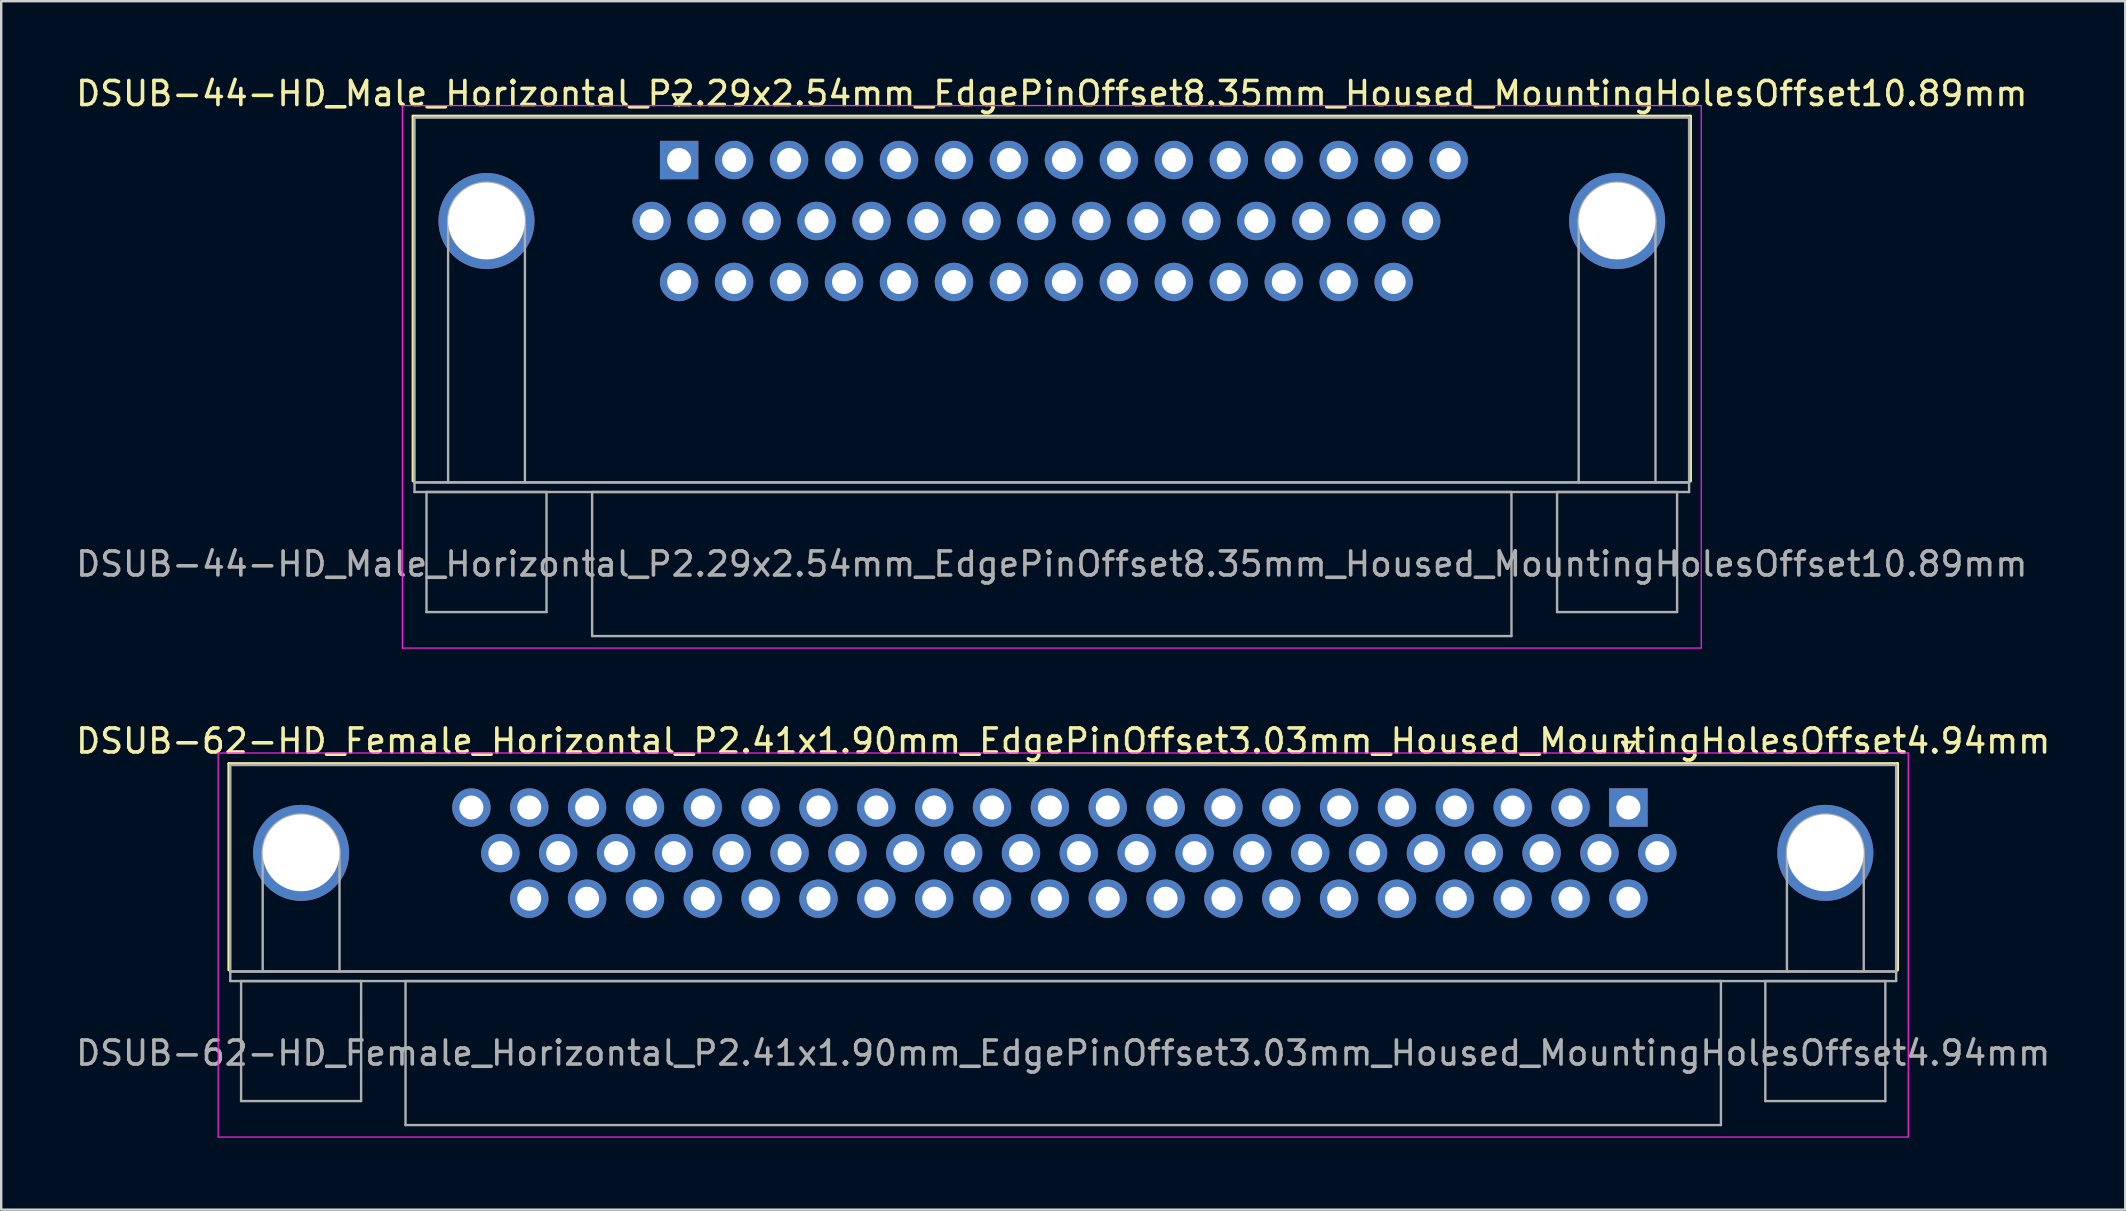
<source format=kicad_pcb>
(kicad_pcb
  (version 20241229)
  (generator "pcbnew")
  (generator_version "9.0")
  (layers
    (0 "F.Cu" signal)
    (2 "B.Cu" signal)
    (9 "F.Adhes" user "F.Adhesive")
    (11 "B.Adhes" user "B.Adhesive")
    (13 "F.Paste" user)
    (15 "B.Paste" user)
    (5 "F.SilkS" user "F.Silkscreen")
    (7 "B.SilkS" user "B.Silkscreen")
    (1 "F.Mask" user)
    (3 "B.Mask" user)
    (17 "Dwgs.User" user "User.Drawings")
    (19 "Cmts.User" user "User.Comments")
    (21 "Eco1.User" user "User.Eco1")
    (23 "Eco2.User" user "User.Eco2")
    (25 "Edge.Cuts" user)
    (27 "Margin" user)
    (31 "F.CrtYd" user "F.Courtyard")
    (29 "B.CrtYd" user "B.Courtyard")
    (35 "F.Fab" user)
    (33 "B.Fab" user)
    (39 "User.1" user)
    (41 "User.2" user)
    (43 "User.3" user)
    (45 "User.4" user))
  (footprint "DSUB-62-HD_Female_Horizontal_P2.41x1.90mm_EdgePinOffset3.03mm_Housed_MountingHolesOffset4.94mm"
    (layer "F.Cu")
    (at 64.789 30.591)
    (property "Reference" "DSUB-62-HD_Female_Horizontal_P2.41x1.90mm_EdgePinOffset3.03mm_Housed_MountingHolesOffset4.94mm" (at -23.545 -2.77 0) (layer "F.SilkS") (effects (font (size 1 1) (thickness 0.15))))
    (attr through_hole)
    (fp_line (start -58.305 -1.83) (end 11.215 -1.83) (stroke (width 0.12) (type solid)) (layer "F.SilkS"))
    (fp_line (start -58.305 6.77) (end -58.305 -1.83) (stroke (width 0.12) (type solid)) (layer "F.SilkS"))
    (fp_line (start -0.25 -2.724) (end 0.25 -2.724) (stroke (width 0.12) (type solid)) (layer "F.SilkS"))
    (fp_line (start 0 -2.291) (end -0.25 -2.724) (stroke (width 0.12) (type solid)) (layer "F.SilkS"))
    (fp_line (start 0.25 -2.724) (end 0 -2.291) (stroke (width 0.12) (type solid)) (layer "F.SilkS"))
    (fp_line (start 11.215 -1.83) (end 11.215 6.77) (stroke (width 0.12) (type solid)) (layer "F.SilkS"))
    (fp_line (start -58.75 -2.27) (end -58.75 13.73) (stroke (width 0.05) (type solid)) (layer "F.CrtYd"))
    (fp_line (start -58.75 13.73) (end 11.66 13.73) (stroke (width 0.05) (type solid)) (layer "F.CrtYd"))
    (fp_line (start 11.66 -2.27) (end -58.75 -2.27) (stroke (width 0.05) (type solid)) (layer "F.CrtYd"))
    (fp_line (start 11.66 13.73) (end 11.66 -2.27) (stroke (width 0.05) (type solid)) (layer "F.CrtYd"))
    (fp_line (start -58.245 -1.77) (end -58.245 6.83) (stroke (width 0.1) (type solid)) (layer "F.Fab"))
    (fp_line (start -58.245 6.83) (end -58.245 7.23) (stroke (width 0.1) (type solid)) (layer "F.Fab"))
    (fp_line (start -58.245 6.83) (end 11.155 6.83) (stroke (width 0.1) (type solid)) (layer "F.Fab"))
    (fp_line (start -58.245 7.23) (end 11.155 7.23) (stroke (width 0.1) (type solid)) (layer "F.Fab"))
    (fp_line (start -57.795 7.23) (end -57.795 12.23) (stroke (width 0.1) (type solid)) (layer "F.Fab"))
    (fp_line (start -57.795 12.23) (end -52.795 12.23) (stroke (width 0.1) (type solid)) (layer "F.Fab"))
    (fp_line (start -56.895 6.83) (end -56.895 1.89) (stroke (width 0.1) (type solid)) (layer "F.Fab"))
    (fp_line (start -53.695 6.83) (end -53.695 1.89) (stroke (width 0.1) (type solid)) (layer "F.Fab"))
    (fp_line (start -52.795 7.23) (end -57.795 7.23) (stroke (width 0.1) (type solid)) (layer "F.Fab"))
    (fp_line (start -52.795 12.23) (end -52.795 7.23) (stroke (width 0.1) (type solid)) (layer "F.Fab"))
    (fp_line (start -50.945 7.23) (end -50.945 13.23) (stroke (width 0.1) (type solid)) (layer "F.Fab"))
    (fp_line (start -50.945 13.23) (end 3.855 13.23) (stroke (width 0.1) (type solid)) (layer "F.Fab"))
    (fp_line (start 3.855 7.23) (end -50.945 7.23) (stroke (width 0.1) (type solid)) (layer "F.Fab"))
    (fp_line (start 3.855 13.23) (end 3.855 7.23) (stroke (width 0.1) (type solid)) (layer "F.Fab"))
    (fp_line (start 5.705 7.23) (end 5.705 12.23) (stroke (width 0.1) (type solid)) (layer "F.Fab"))
    (fp_line (start 5.705 12.23) (end 10.705 12.23) (stroke (width 0.1) (type solid)) (layer "F.Fab"))
    (fp_line (start 6.605 6.83) (end 6.605 1.89) (stroke (width 0.1) (type solid)) (layer "F.Fab"))
    (fp_line (start 9.805 6.83) (end 9.805 1.89) (stroke (width 0.1) (type solid)) (layer "F.Fab"))
    (fp_line (start 10.705 7.23) (end 5.705 7.23) (stroke (width 0.1) (type solid)) (layer "F.Fab"))
    (fp_line (start 10.705 12.23) (end 10.705 7.23) (stroke (width 0.1) (type solid)) (layer "F.Fab"))
    (fp_line (start 11.155 -1.77) (end -58.245 -1.77) (stroke (width 0.1) (type solid)) (layer "F.Fab"))
    (fp_line (start 11.155 6.83) (end -58.245 6.83) (stroke (width 0.1) (type solid)) (layer "F.Fab"))
    (fp_line (start 11.155 6.83) (end 11.155 -1.77) (stroke (width 0.1) (type solid)) (layer "F.Fab"))
    (fp_line (start 11.155 7.23) (end 11.155 6.83) (stroke (width 0.1) (type solid)) (layer "F.Fab"))
    (fp_arc (start -56.895 1.89) (mid -55.295 0.29) (end -53.695 1.89) (stroke (width 0.1) (type solid)) (layer "F.Fab"))
    (fp_arc (start 6.605 1.89) (mid 8.205 0.29) (end 9.805 1.89) (stroke (width 0.1) (type solid)) (layer "F.Fab"))
    (fp_text user "${REFERENCE}" (at -23.545 10.23 0) (layer "F.Fab") (effects (font (size 1 1) (thickness 0.15))))
    (pad "0" thru_hole circle (at -55.295 1.89) (size 4 4) (drill 3.2) (layers "*.Cu" "*.Mask"))
    (pad "0" thru_hole circle (at 8.205 1.89) (size 4 4) (drill 3.2) (layers "*.Cu" "*.Mask"))
    (pad "1" thru_hole rect (at 0 0) (size 1.6 1.6) (drill 1) (layers "*.Cu" "*.Mask"))
    (pad "2" thru_hole circle (at -2.41 0) (size 1.6 1.6) (drill 1) (layers "*.Cu" "*.Mask"))
    (pad "3" thru_hole circle (at -4.82 0) (size 1.6 1.6) (drill 1) (layers "*.Cu" "*.Mask"))
    (pad "4" thru_hole circle (at -7.23 0) (size 1.6 1.6) (drill 1) (layers "*.Cu" "*.Mask"))
    (pad "5" thru_hole circle (at -9.64 0) (size 1.6 1.6) (drill 1) (layers "*.Cu" "*.Mask"))
    (pad "6" thru_hole circle (at -12.05 0) (size 1.6 1.6) (drill 1) (layers "*.Cu" "*.Mask"))
    (pad "7" thru_hole circle (at -14.46 0) (size 1.6 1.6) (drill 1) (layers "*.Cu" "*.Mask"))
    (pad "8" thru_hole circle (at -16.87 0) (size 1.6 1.6) (drill 1) (layers "*.Cu" "*.Mask"))
    (pad "9" thru_hole circle (at -19.28 0) (size 1.6 1.6) (drill 1) (layers "*.Cu" "*.Mask"))
    (pad "10" thru_hole circle (at -21.69 0) (size 1.6 1.6) (drill 1) (layers "*.Cu" "*.Mask"))
    (pad "11" thru_hole circle (at -24.1 0) (size 1.6 1.6) (drill 1) (layers "*.Cu" "*.Mask"))
    (pad "12" thru_hole circle (at -26.51 0) (size 1.6 1.6) (drill 1) (layers "*.Cu" "*.Mask"))
    (pad "13" thru_hole circle (at -28.92 0) (size 1.6 1.6) (drill 1) (layers "*.Cu" "*.Mask"))
    (pad "14" thru_hole circle (at -31.33 0) (size 1.6 1.6) (drill 1) (layers "*.Cu" "*.Mask"))
    (pad "15" thru_hole circle (at -33.74 0) (size 1.6 1.6) (drill 1) (layers "*.Cu" "*.Mask"))
    (pad "16" thru_hole circle (at -36.15 0) (size 1.6 1.6) (drill 1) (layers "*.Cu" "*.Mask"))
    (pad "17" thru_hole circle (at -38.56 0) (size 1.6 1.6) (drill 1) (layers "*.Cu" "*.Mask"))
    (pad "18" thru_hole circle (at -40.97 0) (size 1.6 1.6) (drill 1) (layers "*.Cu" "*.Mask"))
    (pad "19" thru_hole circle (at -43.38 0) (size 1.6 1.6) (drill 1) (layers "*.Cu" "*.Mask"))
    (pad "20" thru_hole circle (at -45.79 0) (size 1.6 1.6) (drill 1) (layers "*.Cu" "*.Mask"))
    (pad "21" thru_hole circle (at -48.2 0) (size 1.6 1.6) (drill 1) (layers "*.Cu" "*.Mask"))
    (pad "22" thru_hole circle (at 1.205 1.9) (size 1.6 1.6) (drill 1) (layers "*.Cu" "*.Mask"))
    (pad "23" thru_hole circle (at -1.205 1.9) (size 1.6 1.6) (drill 1) (layers "*.Cu" "*.Mask"))
    (pad "24" thru_hole circle (at -3.615 1.9) (size 1.6 1.6) (drill 1) (layers "*.Cu" "*.Mask"))
    (pad "25" thru_hole circle (at -6.025 1.9) (size 1.6 1.6) (drill 1) (layers "*.Cu" "*.Mask"))
    (pad "26" thru_hole circle (at -8.435 1.9) (size 1.6 1.6) (drill 1) (layers "*.Cu" "*.Mask"))
    (pad "27" thru_hole circle (at -10.845 1.9) (size 1.6 1.6) (drill 1) (layers "*.Cu" "*.Mask"))
    (pad "28" thru_hole circle (at -13.255 1.9) (size 1.6 1.6) (drill 1) (layers "*.Cu" "*.Mask"))
    (pad "29" thru_hole circle (at -15.665 1.9) (size 1.6 1.6) (drill 1) (layers "*.Cu" "*.Mask"))
    (pad "30" thru_hole circle (at -18.075 1.9) (size 1.6 1.6) (drill 1) (layers "*.Cu" "*.Mask"))
    (pad "31" thru_hole circle (at -20.485 1.9) (size 1.6 1.6) (drill 1) (layers "*.Cu" "*.Mask"))
    (pad "32" thru_hole circle (at -22.895 1.9) (size 1.6 1.6) (drill 1) (layers "*.Cu" "*.Mask"))
    (pad "33" thru_hole circle (at -25.305 1.9) (size 1.6 1.6) (drill 1) (layers "*.Cu" "*.Mask"))
    (pad "34" thru_hole circle (at -27.715 1.9) (size 1.6 1.6) (drill 1) (layers "*.Cu" "*.Mask"))
    (pad "35" thru_hole circle (at -30.125 1.9) (size 1.6 1.6) (drill 1) (layers "*.Cu" "*.Mask"))
    (pad "36" thru_hole circle (at -32.535 1.9) (size 1.6 1.6) (drill 1) (layers "*.Cu" "*.Mask"))
    (pad "37" thru_hole circle (at -34.945 1.9) (size 1.6 1.6) (drill 1) (layers "*.Cu" "*.Mask"))
    (pad "38" thru_hole circle (at -37.355 1.9) (size 1.6 1.6) (drill 1) (layers "*.Cu" "*.Mask"))
    (pad "39" thru_hole circle (at -39.765 1.9) (size 1.6 1.6) (drill 1) (layers "*.Cu" "*.Mask"))
    (pad "40" thru_hole circle (at -42.175 1.9) (size 1.6 1.6) (drill 1) (layers "*.Cu" "*.Mask"))
    (pad "41" thru_hole circle (at -44.585 1.9) (size 1.6 1.6) (drill 1) (layers "*.Cu" "*.Mask"))
    (pad "42" thru_hole circle (at -46.995 1.9) (size 1.6 1.6) (drill 1) (layers "*.Cu" "*.Mask"))
    (pad "43" thru_hole circle (at 0 3.8) (size 1.6 1.6) (drill 1) (layers "*.Cu" "*.Mask"))
    (pad "44" thru_hole circle (at -2.41 3.8) (size 1.6 1.6) (drill 1) (layers "*.Cu" "*.Mask"))
    (pad "45" thru_hole circle (at -4.82 3.8) (size 1.6 1.6) (drill 1) (layers "*.Cu" "*.Mask"))
    (pad "46" thru_hole circle (at -7.23 3.8) (size 1.6 1.6) (drill 1) (layers "*.Cu" "*.Mask"))
    (pad "47" thru_hole circle (at -9.64 3.8) (size 1.6 1.6) (drill 1) (layers "*.Cu" "*.Mask"))
    (pad "48" thru_hole circle (at -12.05 3.8) (size 1.6 1.6) (drill 1) (layers "*.Cu" "*.Mask"))
    (pad "49" thru_hole circle (at -14.46 3.8) (size 1.6 1.6) (drill 1) (layers "*.Cu" "*.Mask"))
    (pad "50" thru_hole circle (at -16.87 3.8) (size 1.6 1.6) (drill 1) (layers "*.Cu" "*.Mask"))
    (pad "51" thru_hole circle (at -19.28 3.8) (size 1.6 1.6) (drill 1) (layers "*.Cu" "*.Mask"))
    (pad "52" thru_hole circle (at -21.69 3.8) (size 1.6 1.6) (drill 1) (layers "*.Cu" "*.Mask"))
    (pad "53" thru_hole circle (at -24.1 3.8) (size 1.6 1.6) (drill 1) (layers "*.Cu" "*.Mask"))
    (pad "54" thru_hole circle (at -26.51 3.8) (size 1.6 1.6) (drill 1) (layers "*.Cu" "*.Mask"))
    (pad "55" thru_hole circle (at -28.92 3.8) (size 1.6 1.6) (drill 1) (layers "*.Cu" "*.Mask"))
    (pad "56" thru_hole circle (at -31.33 3.8) (size 1.6 1.6) (drill 1) (layers "*.Cu" "*.Mask"))
    (pad "57" thru_hole circle (at -33.74 3.8) (size 1.6 1.6) (drill 1) (layers "*.Cu" "*.Mask"))
    (pad "58" thru_hole circle (at -36.15 3.8) (size 1.6 1.6) (drill 1) (layers "*.Cu" "*.Mask"))
    (pad "59" thru_hole circle (at -38.56 3.8) (size 1.6 1.6) (drill 1) (layers "*.Cu" "*.Mask"))
    (pad "60" thru_hole circle (at -40.97 3.8) (size 1.6 1.6) (drill 1) (layers "*.Cu" "*.Mask"))
    (pad "61" thru_hole circle (at -43.38 3.8) (size 1.6 1.6) (drill 1) (layers "*.Cu" "*.Mask"))
    (pad "62" thru_hole circle (at -45.79 3.8) (size 1.6 1.6) (drill 1) (layers "*.Cu" "*.Mask")))
  (footprint "DSUB-44-HD_Male_Horizontal_P2.29x2.54mm_EdgePinOffset8.35mm_Housed_MountingHolesOffset10.89mm"
    (layer "F.Cu")
    (at 25.243 3.618)
    (property "Reference" "DSUB-44-HD_Male_Horizontal_P2.29x2.54mm_EdgePinOffset8.35mm_Housed_MountingHolesOffset10.89mm" (at 15.525 -2.77 0) (layer "F.SilkS") (effects (font (size 1 1) (thickness 0.15))))
    (attr through_hole)
    (fp_line (start -11.085 -1.83) (end 42.135 -1.83) (stroke (width 0.12) (type solid)) (layer "F.SilkS"))
    (fp_line (start -11.085 13.37) (end -11.085 -1.83) (stroke (width 0.12) (type solid)) (layer "F.SilkS"))
    (fp_line (start -0.25 -2.724) (end 0.25 -2.724) (stroke (width 0.12) (type solid)) (layer "F.SilkS"))
    (fp_line (start 0 -2.291) (end -0.25 -2.724) (stroke (width 0.12) (type solid)) (layer "F.SilkS"))
    (fp_line (start 0.25 -2.724) (end 0 -2.291) (stroke (width 0.12) (type solid)) (layer "F.SilkS"))
    (fp_line (start 42.135 -1.83) (end 42.135 13.37) (stroke (width 0.12) (type solid)) (layer "F.SilkS"))
    (fp_line (start -11.53 -2.27) (end -11.53 20.33) (stroke (width 0.05) (type solid)) (layer "F.CrtYd"))
    (fp_line (start -11.53 20.33) (end 42.58 20.33) (stroke (width 0.05) (type solid)) (layer "F.CrtYd"))
    (fp_line (start 42.58 -2.27) (end -11.53 -2.27) (stroke (width 0.05) (type solid)) (layer "F.CrtYd"))
    (fp_line (start 42.58 20.33) (end 42.58 -2.27) (stroke (width 0.05) (type solid)) (layer "F.CrtYd"))
    (fp_line (start -11.025 -1.77) (end -11.025 13.43) (stroke (width 0.1) (type solid)) (layer "F.Fab"))
    (fp_line (start -11.025 13.43) (end -11.025 13.83) (stroke (width 0.1) (type solid)) (layer "F.Fab"))
    (fp_line (start -11.025 13.43) (end 42.075 13.43) (stroke (width 0.1) (type solid)) (layer "F.Fab"))
    (fp_line (start -11.025 13.83) (end 42.075 13.83) (stroke (width 0.1) (type solid)) (layer "F.Fab"))
    (fp_line (start -10.525 13.83) (end -10.525 18.83) (stroke (width 0.1) (type solid)) (layer "F.Fab"))
    (fp_line (start -10.525 18.83) (end -5.525 18.83) (stroke (width 0.1) (type solid)) (layer "F.Fab"))
    (fp_line (start -9.625 13.43) (end -9.625 2.54) (stroke (width 0.1) (type solid)) (layer "F.Fab"))
    (fp_line (start -6.425 13.43) (end -6.425 2.54) (stroke (width 0.1) (type solid)) (layer "F.Fab"))
    (fp_line (start -5.525 13.83) (end -10.525 13.83) (stroke (width 0.1) (type solid)) (layer "F.Fab"))
    (fp_line (start -5.525 18.83) (end -5.525 13.83) (stroke (width 0.1) (type solid)) (layer "F.Fab"))
    (fp_line (start -3.625 13.83) (end -3.625 19.83) (stroke (width 0.1) (type solid)) (layer "F.Fab"))
    (fp_line (start -3.625 19.83) (end 34.675 19.83) (stroke (width 0.1) (type solid)) (layer "F.Fab"))
    (fp_line (start 34.675 13.83) (end -3.625 13.83) (stroke (width 0.1) (type solid)) (layer "F.Fab"))
    (fp_line (start 34.675 19.83) (end 34.675 13.83) (stroke (width 0.1) (type solid)) (layer "F.Fab"))
    (fp_line (start 36.575 13.83) (end 36.575 18.83) (stroke (width 0.1) (type solid)) (layer "F.Fab"))
    (fp_line (start 36.575 18.83) (end 41.575 18.83) (stroke (width 0.1) (type solid)) (layer "F.Fab"))
    (fp_line (start 37.475 13.43) (end 37.475 2.54) (stroke (width 0.1) (type solid)) (layer "F.Fab"))
    (fp_line (start 40.675 13.43) (end 40.675 2.54) (stroke (width 0.1) (type solid)) (layer "F.Fab"))
    (fp_line (start 41.575 13.83) (end 36.575 13.83) (stroke (width 0.1) (type solid)) (layer "F.Fab"))
    (fp_line (start 41.575 18.83) (end 41.575 13.83) (stroke (width 0.1) (type solid)) (layer "F.Fab"))
    (fp_line (start 42.075 -1.77) (end -11.025 -1.77) (stroke (width 0.1) (type solid)) (layer "F.Fab"))
    (fp_line (start 42.075 13.43) (end -11.025 13.43) (stroke (width 0.1) (type solid)) (layer "F.Fab"))
    (fp_line (start 42.075 13.43) (end 42.075 -1.77) (stroke (width 0.1) (type solid)) (layer "F.Fab"))
    (fp_line (start 42.075 13.83) (end 42.075 13.43) (stroke (width 0.1) (type solid)) (layer "F.Fab"))
    (fp_arc (start -9.625 2.54) (mid -8.025 0.94) (end -6.425 2.54) (stroke (width 0.1) (type solid)) (layer "F.Fab"))
    (fp_arc (start 37.475 2.54) (mid 39.075 0.94) (end 40.675 2.54) (stroke (width 0.1) (type solid)) (layer "F.Fab"))
    (fp_text user "${REFERENCE}" (at 15.525 16.83 0) (layer "F.Fab") (effects (font (size 1 1) (thickness 0.15))))
    (pad "0" thru_hole circle (at -8.025 2.54) (size 4 4) (drill 3.2) (layers "*.Cu" "*.Mask"))
    (pad "0" thru_hole circle (at 39.075 2.54) (size 4 4) (drill 3.2) (layers "*.Cu" "*.Mask"))
    (pad "1" thru_hole rect (at 0 0) (size 1.6 1.6) (drill 1) (layers "*.Cu" "*.Mask"))
    (pad "2" thru_hole circle (at 2.29 0) (size 1.6 1.6) (drill 1) (layers "*.Cu" "*.Mask"))
    (pad "3" thru_hole circle (at 4.58 0) (size 1.6 1.6) (drill 1) (layers "*.Cu" "*.Mask"))
    (pad "4" thru_hole circle (at 6.87 0) (size 1.6 1.6) (drill 1) (layers "*.Cu" "*.Mask"))
    (pad "5" thru_hole circle (at 9.16 0) (size 1.6 1.6) (drill 1) (layers "*.Cu" "*.Mask"))
    (pad "6" thru_hole circle (at 11.45 0) (size 1.6 1.6) (drill 1) (layers "*.Cu" "*.Mask"))
    (pad "7" thru_hole circle (at 13.74 0) (size 1.6 1.6) (drill 1) (layers "*.Cu" "*.Mask"))
    (pad "8" thru_hole circle (at 16.03 0) (size 1.6 1.6) (drill 1) (layers "*.Cu" "*.Mask"))
    (pad "9" thru_hole circle (at 18.32 0) (size 1.6 1.6) (drill 1) (layers "*.Cu" "*.Mask"))
    (pad "10" thru_hole circle (at 20.61 0) (size 1.6 1.6) (drill 1) (layers "*.Cu" "*.Mask"))
    (pad "11" thru_hole circle (at 22.9 0) (size 1.6 1.6) (drill 1) (layers "*.Cu" "*.Mask"))
    (pad "12" thru_hole circle (at 25.19 0) (size 1.6 1.6) (drill 1) (layers "*.Cu" "*.Mask"))
    (pad "13" thru_hole circle (at 27.48 0) (size 1.6 1.6) (drill 1) (layers "*.Cu" "*.Mask"))
    (pad "14" thru_hole circle (at 29.77 0) (size 1.6 1.6) (drill 1) (layers "*.Cu" "*.Mask"))
    (pad "15" thru_hole circle (at 32.06 0) (size 1.6 1.6) (drill 1) (layers "*.Cu" "*.Mask"))
    (pad "16" thru_hole circle (at -1.145 2.54) (size 1.6 1.6) (drill 1) (layers "*.Cu" "*.Mask"))
    (pad "17" thru_hole circle (at 1.145 2.54) (size 1.6 1.6) (drill 1) (layers "*.Cu" "*.Mask"))
    (pad "18" thru_hole circle (at 3.435 2.54) (size 1.6 1.6) (drill 1) (layers "*.Cu" "*.Mask"))
    (pad "19" thru_hole circle (at 5.725 2.54) (size 1.6 1.6) (drill 1) (layers "*.Cu" "*.Mask"))
    (pad "20" thru_hole circle (at 8.015 2.54) (size 1.6 1.6) (drill 1) (layers "*.Cu" "*.Mask"))
    (pad "21" thru_hole circle (at 10.305 2.54) (size 1.6 1.6) (drill 1) (layers "*.Cu" "*.Mask"))
    (pad "22" thru_hole circle (at 12.595 2.54) (size 1.6 1.6) (drill 1) (layers "*.Cu" "*.Mask"))
    (pad "23" thru_hole circle (at 14.885 2.54) (size 1.6 1.6) (drill 1) (layers "*.Cu" "*.Mask"))
    (pad "24" thru_hole circle (at 17.175 2.54) (size 1.6 1.6) (drill 1) (layers "*.Cu" "*.Mask"))
    (pad "25" thru_hole circle (at 19.465 2.54) (size 1.6 1.6) (drill 1) (layers "*.Cu" "*.Mask"))
    (pad "26" thru_hole circle (at 21.755 2.54) (size 1.6 1.6) (drill 1) (layers "*.Cu" "*.Mask"))
    (pad "27" thru_hole circle (at 24.045 2.54) (size 1.6 1.6) (drill 1) (layers "*.Cu" "*.Mask"))
    (pad "28" thru_hole circle (at 26.335 2.54) (size 1.6 1.6) (drill 1) (layers "*.Cu" "*.Mask"))
    (pad "29" thru_hole circle (at 28.625 2.54) (size 1.6 1.6) (drill 1) (layers "*.Cu" "*.Mask"))
    (pad "30" thru_hole circle (at 30.915 2.54) (size 1.6 1.6) (drill 1) (layers "*.Cu" "*.Mask"))
    (pad "31" thru_hole circle (at 0 5.08) (size 1.6 1.6) (drill 1) (layers "*.Cu" "*.Mask"))
    (pad "32" thru_hole circle (at 2.29 5.08) (size 1.6 1.6) (drill 1) (layers "*.Cu" "*.Mask"))
    (pad "33" thru_hole circle (at 4.58 5.08) (size 1.6 1.6) (drill 1) (layers "*.Cu" "*.Mask"))
    (pad "34" thru_hole circle (at 6.87 5.08) (size 1.6 1.6) (drill 1) (layers "*.Cu" "*.Mask"))
    (pad "35" thru_hole circle (at 9.16 5.08) (size 1.6 1.6) (drill 1) (layers "*.Cu" "*.Mask"))
    (pad "36" thru_hole circle (at 11.45 5.08) (size 1.6 1.6) (drill 1) (layers "*.Cu" "*.Mask"))
    (pad "37" thru_hole circle (at 13.74 5.08) (size 1.6 1.6) (drill 1) (layers "*.Cu" "*.Mask"))
    (pad "38" thru_hole circle (at 16.03 5.08) (size 1.6 1.6) (drill 1) (layers "*.Cu" "*.Mask"))
    (pad "39" thru_hole circle (at 18.32 5.08) (size 1.6 1.6) (drill 1) (layers "*.Cu" "*.Mask"))
    (pad "40" thru_hole circle (at 20.61 5.08) (size 1.6 1.6) (drill 1) (layers "*.Cu" "*.Mask"))
    (pad "41" thru_hole circle (at 22.9 5.08) (size 1.6 1.6) (drill 1) (layers "*.Cu" "*.Mask"))
    (pad "42" thru_hole circle (at 25.19 5.08) (size 1.6 1.6) (drill 1) (layers "*.Cu" "*.Mask"))
    (pad "43" thru_hole circle (at 27.48 5.08) (size 1.6 1.6) (drill 1) (layers "*.Cu" "*.Mask"))
    (pad "44" thru_hole circle (at 29.77 5.08) (size 1.6 1.6) (drill 1) (layers "*.Cu" "*.Mask")))
  (gr_rect
    (start -3 -3)
    (end 85.488 47.346)
    (stroke (width 0.1) (type default))
    (fill no)
    (layer "Edge.Cuts")))
</source>
